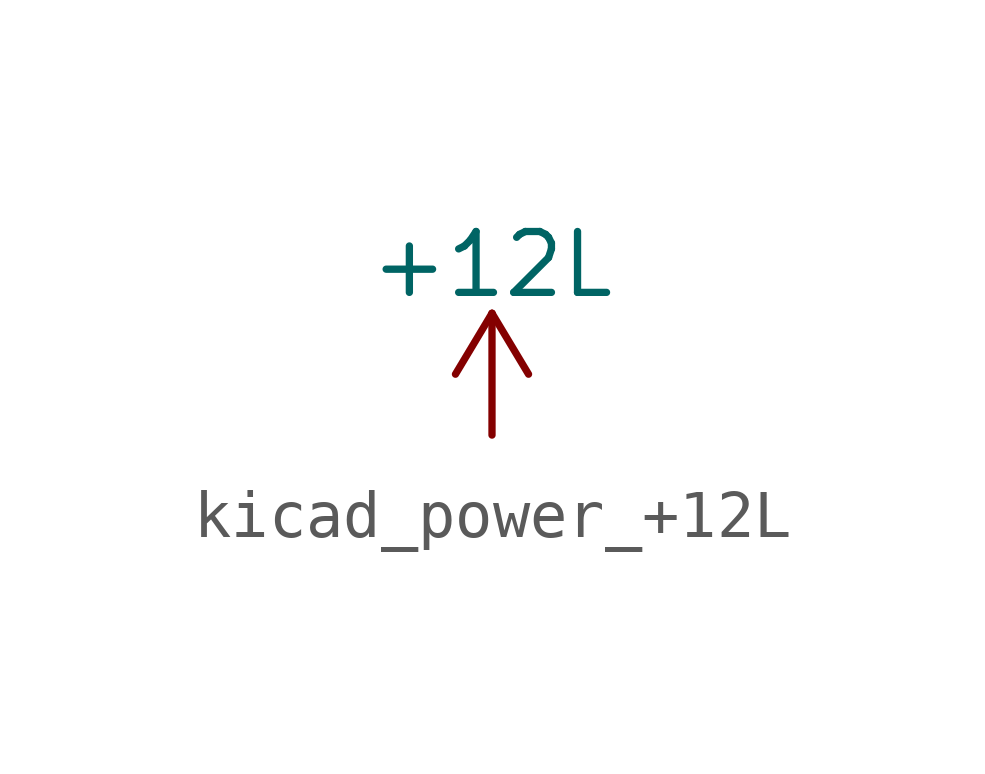
<source format=kicad_sym>
(kicad_symbol_lib
  (version 20220914)
  (generator kicad_symbol_editor)
  (symbol "kicad_power_+12L"
    (power)
    (pin_names
      (offset 0))
    (property "Reference" "#PWR"
      (at 0 -3.81 0)
      (effects (font (size 1.27 1.27)) hide))
    (property "Value" "+12L"
      (at 0 3.556 0)
      (effects (font (size 1.27 1.27))))
    (symbol "kicad_power_+12L_0_1"
      (polyline (pts (xy -0.762 1.27) (xy 0 2.54)) (stroke (width 0) (type default)) (fill (type none)))
      (polyline (pts (xy 0 0) (xy 0 2.54)) (stroke (width 0) (type default)) (fill (type none)))
      (polyline (pts (xy 0 2.54) (xy 0.762 1.27)) (stroke (width 0) (type default)) (fill (type none))))
    (symbol "kicad_power_+12L_1_1"
      (pin power_in line (at 0 0 90) (length 0) hide (name "+12L" (effects (font (size 1.27 1.27)))) (number "1" (effects (font (size 1.27 1.27))))))))
</source>
